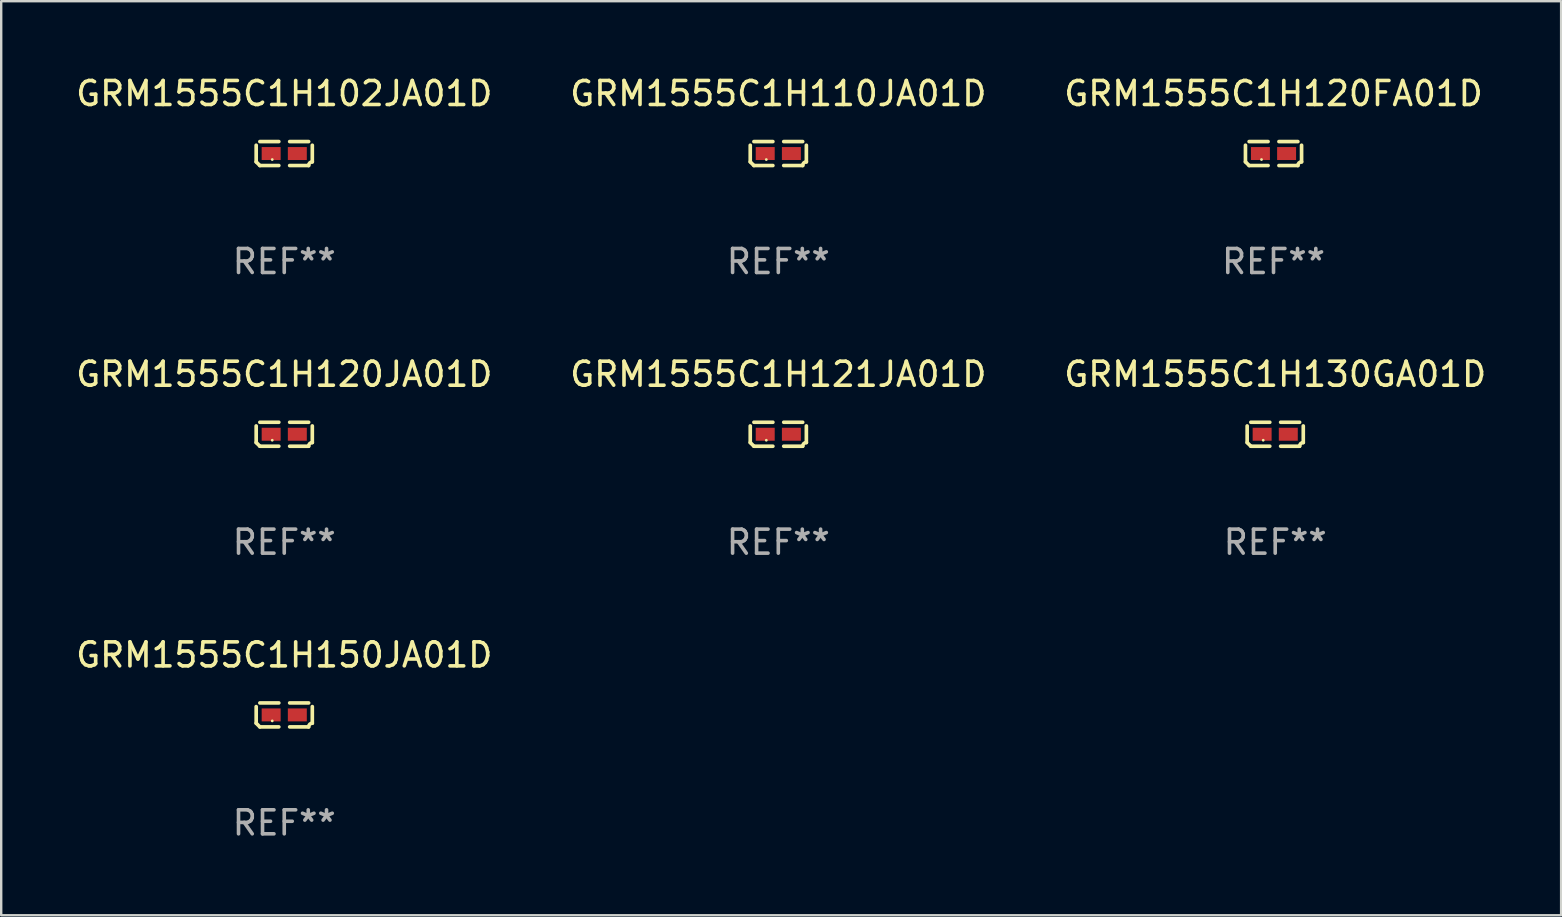
<source format=kicad_pcb>
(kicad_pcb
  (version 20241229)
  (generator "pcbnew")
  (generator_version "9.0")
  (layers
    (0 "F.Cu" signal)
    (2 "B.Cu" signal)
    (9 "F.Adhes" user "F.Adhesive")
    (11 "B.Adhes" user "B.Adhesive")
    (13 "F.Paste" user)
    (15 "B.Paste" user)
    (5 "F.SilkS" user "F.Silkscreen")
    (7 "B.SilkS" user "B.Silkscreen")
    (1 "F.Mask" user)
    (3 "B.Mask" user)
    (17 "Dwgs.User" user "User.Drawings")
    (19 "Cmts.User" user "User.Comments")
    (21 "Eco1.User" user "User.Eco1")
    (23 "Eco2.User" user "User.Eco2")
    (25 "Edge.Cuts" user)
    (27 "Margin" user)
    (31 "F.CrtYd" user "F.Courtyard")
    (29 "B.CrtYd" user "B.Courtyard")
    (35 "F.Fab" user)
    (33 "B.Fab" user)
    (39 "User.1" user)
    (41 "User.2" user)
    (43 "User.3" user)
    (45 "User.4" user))
  (footprint "GRM1555C1H102JA01D"
    (layer "F.Cu")
    (at 8.792 3.347)
    (property "Reference" "GRM1555C1H102JA01D" (at 0 -2.499 0) (layer "F.SilkS") (effects (font (size 1 1) (thickness 0.15))))
    (attr through_hole)
    (fp_line (start -1.169 0.346) (end -1.169 -0.346) (stroke (width 0.152) (type solid)) (layer "F.SilkS"))
    (fp_line (start -1.016 -0.499) (end -0.226 -0.499) (stroke (width 0.152) (type solid)) (layer "F.SilkS"))
    (fp_line (start -0.226 0.499) (end -1.016 0.499) (stroke (width 0.152) (type solid)) (layer "F.SilkS"))
    (fp_line (start 0.226 0.499) (end 1.016 0.499) (stroke (width 0.152) (type solid)) (layer "F.SilkS"))
    (fp_line (start 1.016 -0.499) (end 0.226 -0.499) (stroke (width 0.152) (type solid)) (layer "F.SilkS"))
    (fp_line (start 1.169 0.346) (end 1.169 -0.346) (stroke (width 0.152) (type solid)) (layer "F.SilkS"))
    (fp_arc (start -1.016307 0.498603) (mid -1.092512 0.422405) (end -1.16871 0.3462) (stroke (width 0.1524) (type solid)) (layer "F.SilkS"))
    (fp_arc (start 1.016307 0.498603) (mid 1.060899 0.390758) (end 1.168707 0.346076) (stroke (width 0.1524) (type solid)) (layer "F.SilkS"))
    (fp_circle (center -0.5 0.25) (end -0.47 0.25) (stroke (width 0.06) (type solid)) (fill no) (layer "F.SilkS"))
    (fp_text user "REF**" (at 0 4.499 0) (layer "F.Fab") (effects (font (size 1 1) (thickness 0.15))))
    (pad "1" smd rect (at -0.545 0) (size 0.79 0.54) (layers "F.Cu" "F.Mask" "F.Paste"))
    (pad "2" smd rect (at 0.545 0) (size 0.79 0.54) (layers "F.Cu" "F.Mask" "F.Paste")))
  (footprint "GRM1555C1H121JA01D"
    (layer "F.Cu")
    (at 29.375 15.041)
    (property "Reference" "GRM1555C1H121JA01D" (at 0 -2.499 0) (layer "F.SilkS") (effects (font (size 1 1) (thickness 0.15))))
    (attr through_hole)
    (fp_line (start -1.169 0.346) (end -1.169 -0.346) (stroke (width 0.152) (type solid)) (layer "F.SilkS"))
    (fp_line (start -1.016 -0.499) (end -0.226 -0.499) (stroke (width 0.152) (type solid)) (layer "F.SilkS"))
    (fp_line (start -0.226 0.499) (end -1.016 0.499) (stroke (width 0.152) (type solid)) (layer "F.SilkS"))
    (fp_line (start 0.226 0.499) (end 1.016 0.499) (stroke (width 0.152) (type solid)) (layer "F.SilkS"))
    (fp_line (start 1.016 -0.499) (end 0.226 -0.499) (stroke (width 0.152) (type solid)) (layer "F.SilkS"))
    (fp_line (start 1.169 0.346) (end 1.169 -0.346) (stroke (width 0.152) (type solid)) (layer "F.SilkS"))
    (fp_arc (start -1.016307 0.498603) (mid -1.092512 0.422405) (end -1.16871 0.3462) (stroke (width 0.1524) (type solid)) (layer "F.SilkS"))
    (fp_arc (start 1.016307 0.498603) (mid 1.060899 0.390758) (end 1.168707 0.346076) (stroke (width 0.1524) (type solid)) (layer "F.SilkS"))
    (fp_circle (center -0.5 0.25) (end -0.47 0.25) (stroke (width 0.06) (type solid)) (fill no) (layer "F.SilkS"))
    (fp_text user "REF**" (at 0 4.499 0) (layer "F.Fab") (effects (font (size 1 1) (thickness 0.15))))
    (pad "1" smd rect (at -0.545 0) (size 0.79 0.54) (layers "F.Cu" "F.Mask" "F.Paste"))
    (pad "2" smd rect (at 0.545 0) (size 0.79 0.54) (layers "F.Cu" "F.Mask" "F.Paste")))
  (footprint "GRM1555C1H110JA01D"
    (layer "F.Cu")
    (at 29.375 3.347)
    (property "Reference" "GRM1555C1H110JA01D" (at 0 -2.499 0) (layer "F.SilkS") (effects (font (size 1 1) (thickness 0.15))))
    (attr through_hole)
    (fp_line (start -1.169 0.346) (end -1.169 -0.346) (stroke (width 0.152) (type solid)) (layer "F.SilkS"))
    (fp_line (start -1.016 -0.499) (end -0.226 -0.499) (stroke (width 0.152) (type solid)) (layer "F.SilkS"))
    (fp_line (start -0.226 0.499) (end -1.016 0.499) (stroke (width 0.152) (type solid)) (layer "F.SilkS"))
    (fp_line (start 0.226 0.499) (end 1.016 0.499) (stroke (width 0.152) (type solid)) (layer "F.SilkS"))
    (fp_line (start 1.016 -0.499) (end 0.226 -0.499) (stroke (width 0.152) (type solid)) (layer "F.SilkS"))
    (fp_line (start 1.169 0.346) (end 1.169 -0.346) (stroke (width 0.152) (type solid)) (layer "F.SilkS"))
    (fp_arc (start -1.016307 0.498603) (mid -1.092512 0.422405) (end -1.16871 0.3462) (stroke (width 0.1524) (type solid)) (layer "F.SilkS"))
    (fp_arc (start 1.016307 0.498603) (mid 1.060899 0.390758) (end 1.168707 0.346076) (stroke (width 0.1524) (type solid)) (layer "F.SilkS"))
    (fp_circle (center -0.5 0.25) (end -0.47 0.25) (stroke (width 0.06) (type solid)) (fill no) (layer "F.SilkS"))
    (fp_text user "REF**" (at 0 4.499 0) (layer "F.Fab") (effects (font (size 1 1) (thickness 0.15))))
    (pad "1" smd rect (at -0.545 0) (size 0.79 0.54) (layers "F.Cu" "F.Mask" "F.Paste"))
    (pad "2" smd rect (at 0.545 0) (size 0.79 0.54) (layers "F.Cu" "F.Mask" "F.Paste")))
  (footprint "GRM1555C1H150JA01D"
    (layer "F.Cu")
    (at 8.792 26.734)
    (property "Reference" "GRM1555C1H150JA01D" (at 0 -2.499 0) (layer "F.SilkS") (effects (font (size 1 1) (thickness 0.15))))
    (attr through_hole)
    (fp_line (start -1.169 0.346) (end -1.169 -0.346) (stroke (width 0.152) (type solid)) (layer "F.SilkS"))
    (fp_line (start -1.016 -0.499) (end -0.226 -0.499) (stroke (width 0.152) (type solid)) (layer "F.SilkS"))
    (fp_line (start -0.226 0.499) (end -1.016 0.499) (stroke (width 0.152) (type solid)) (layer "F.SilkS"))
    (fp_line (start 0.226 0.499) (end 1.016 0.499) (stroke (width 0.152) (type solid)) (layer "F.SilkS"))
    (fp_line (start 1.016 -0.499) (end 0.226 -0.499) (stroke (width 0.152) (type solid)) (layer "F.SilkS"))
    (fp_line (start 1.169 0.346) (end 1.169 -0.346) (stroke (width 0.152) (type solid)) (layer "F.SilkS"))
    (fp_arc (start -1.016307 0.498603) (mid -1.092512 0.422405) (end -1.16871 0.3462) (stroke (width 0.1524) (type solid)) (layer "F.SilkS"))
    (fp_arc (start 1.016307 0.498603) (mid 1.060899 0.390758) (end 1.168707 0.346076) (stroke (width 0.1524) (type solid)) (layer "F.SilkS"))
    (fp_circle (center -0.5 0.25) (end -0.47 0.25) (stroke (width 0.06) (type solid)) (fill no) (layer "F.SilkS"))
    (fp_text user "REF**" (at 0 4.499 0) (layer "F.Fab") (effects (font (size 1 1) (thickness 0.15))))
    (pad "1" smd rect (at -0.545 0) (size 0.79 0.54) (layers "F.Cu" "F.Mask" "F.Paste"))
    (pad "2" smd rect (at 0.545 0) (size 0.79 0.54) (layers "F.Cu" "F.Mask" "F.Paste")))
  (footprint "GRM1555C1H130GA01D"
    (layer "F.Cu")
    (at 50.077 15.041)
    (property "Reference" "GRM1555C1H130GA01D" (at 0 -2.499 0) (layer "F.SilkS") (effects (font (size 1 1) (thickness 0.15))))
    (attr through_hole)
    (fp_line (start -1.169 0.346) (end -1.169 -0.346) (stroke (width 0.152) (type solid)) (layer "F.SilkS"))
    (fp_line (start -1.016 -0.499) (end -0.226 -0.499) (stroke (width 0.152) (type solid)) (layer "F.SilkS"))
    (fp_line (start -0.226 0.499) (end -1.016 0.499) (stroke (width 0.152) (type solid)) (layer "F.SilkS"))
    (fp_line (start 0.226 0.499) (end 1.016 0.499) (stroke (width 0.152) (type solid)) (layer "F.SilkS"))
    (fp_line (start 1.016 -0.499) (end 0.226 -0.499) (stroke (width 0.152) (type solid)) (layer "F.SilkS"))
    (fp_line (start 1.169 0.346) (end 1.169 -0.346) (stroke (width 0.152) (type solid)) (layer "F.SilkS"))
    (fp_arc (start -1.016307 0.498603) (mid -1.092512 0.422405) (end -1.16871 0.3462) (stroke (width 0.1524) (type solid)) (layer "F.SilkS"))
    (fp_arc (start 1.016307 0.498603) (mid 1.060899 0.390758) (end 1.168707 0.346076) (stroke (width 0.1524) (type solid)) (layer "F.SilkS"))
    (fp_circle (center -0.5 0.25) (end -0.47 0.25) (stroke (width 0.06) (type solid)) (fill no) (layer "F.SilkS"))
    (fp_text user "REF**" (at 0 4.499 0) (layer "F.Fab") (effects (font (size 1 1) (thickness 0.15))))
    (pad "1" smd rect (at -0.545 0) (size 0.79 0.54) (layers "F.Cu" "F.Mask" "F.Paste"))
    (pad "2" smd rect (at 0.545 0) (size 0.79 0.54) (layers "F.Cu" "F.Mask" "F.Paste")))
  (footprint "GRM1555C1H120JA01D"
    (layer "F.Cu")
    (at 8.792 15.041)
    (property "Reference" "GRM1555C1H120JA01D" (at 0 -2.499 0) (layer "F.SilkS") (effects (font (size 1 1) (thickness 0.15))))
    (attr through_hole)
    (fp_line (start -1.169 0.346) (end -1.169 -0.346) (stroke (width 0.152) (type solid)) (layer "F.SilkS"))
    (fp_line (start -1.016 -0.499) (end -0.226 -0.499) (stroke (width 0.152) (type solid)) (layer "F.SilkS"))
    (fp_line (start -0.226 0.499) (end -1.016 0.499) (stroke (width 0.152) (type solid)) (layer "F.SilkS"))
    (fp_line (start 0.226 0.499) (end 1.016 0.499) (stroke (width 0.152) (type solid)) (layer "F.SilkS"))
    (fp_line (start 1.016 -0.499) (end 0.226 -0.499) (stroke (width 0.152) (type solid)) (layer "F.SilkS"))
    (fp_line (start 1.169 0.346) (end 1.169 -0.346) (stroke (width 0.152) (type solid)) (layer "F.SilkS"))
    (fp_arc (start -1.016307 0.498603) (mid -1.092512 0.422405) (end -1.16871 0.3462) (stroke (width 0.1524) (type solid)) (layer "F.SilkS"))
    (fp_arc (start 1.016307 0.498603) (mid 1.060899 0.390758) (end 1.168707 0.346076) (stroke (width 0.1524) (type solid)) (layer "F.SilkS"))
    (fp_circle (center -0.5 0.25) (end -0.47 0.25) (stroke (width 0.06) (type solid)) (fill no) (layer "F.SilkS"))
    (fp_text user "REF**" (at 0 4.499 0) (layer "F.Fab") (effects (font (size 1 1) (thickness 0.15))))
    (pad "1" smd rect (at -0.545 0) (size 0.79 0.54) (layers "F.Cu" "F.Mask" "F.Paste"))
    (pad "2" smd rect (at 0.545 0) (size 0.79 0.54) (layers "F.Cu" "F.Mask" "F.Paste")))
  (footprint "GRM1555C1H120FA01D"
    (layer "F.Cu")
    (at 50.006 3.347)
    (property "Reference" "GRM1555C1H120FA01D" (at 0 -2.499 0) (layer "F.SilkS") (effects (font (size 1 1) (thickness 0.15))))
    (attr through_hole)
    (fp_line (start -1.169 0.346) (end -1.169 -0.346) (stroke (width 0.152) (type solid)) (layer "F.SilkS"))
    (fp_line (start -1.016 -0.499) (end -0.226 -0.499) (stroke (width 0.152) (type solid)) (layer "F.SilkS"))
    (fp_line (start -0.226 0.499) (end -1.016 0.499) (stroke (width 0.152) (type solid)) (layer "F.SilkS"))
    (fp_line (start 0.226 0.499) (end 1.016 0.499) (stroke (width 0.152) (type solid)) (layer "F.SilkS"))
    (fp_line (start 1.016 -0.499) (end 0.226 -0.499) (stroke (width 0.152) (type solid)) (layer "F.SilkS"))
    (fp_line (start 1.169 0.346) (end 1.169 -0.346) (stroke (width 0.152) (type solid)) (layer "F.SilkS"))
    (fp_arc (start -1.016307 0.498603) (mid -1.092512 0.422405) (end -1.16871 0.3462) (stroke (width 0.1524) (type solid)) (layer "F.SilkS"))
    (fp_arc (start 1.016307 0.498603) (mid 1.060899 0.390758) (end 1.168707 0.346076) (stroke (width 0.1524) (type solid)) (layer "F.SilkS"))
    (fp_circle (center -0.5 0.25) (end -0.47 0.25) (stroke (width 0.06) (type solid)) (fill no) (layer "F.SilkS"))
    (fp_text user "REF**" (at 0 4.499 0) (layer "F.Fab") (effects (font (size 1 1) (thickness 0.15))))
    (pad "1" smd rect (at -0.545 0) (size 0.79 0.54) (layers "F.Cu" "F.Mask" "F.Paste"))
    (pad "2" smd rect (at 0.545 0) (size 0.79 0.54) (layers "F.Cu" "F.Mask" "F.Paste")))
  (gr_rect
    (start -3 -3)
    (end 61.988 35.081)
    (stroke (width 0.1) (type default))
    (fill no)
    (layer "Edge.Cuts")))
</source>
